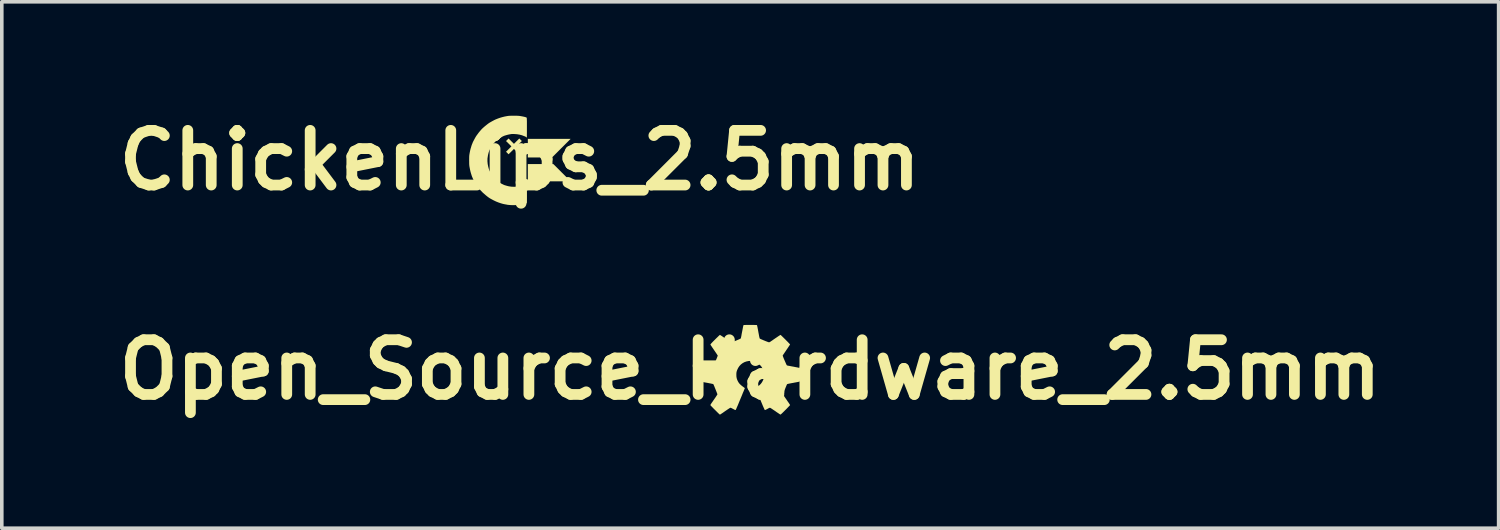
<source format=kicad_pcb>
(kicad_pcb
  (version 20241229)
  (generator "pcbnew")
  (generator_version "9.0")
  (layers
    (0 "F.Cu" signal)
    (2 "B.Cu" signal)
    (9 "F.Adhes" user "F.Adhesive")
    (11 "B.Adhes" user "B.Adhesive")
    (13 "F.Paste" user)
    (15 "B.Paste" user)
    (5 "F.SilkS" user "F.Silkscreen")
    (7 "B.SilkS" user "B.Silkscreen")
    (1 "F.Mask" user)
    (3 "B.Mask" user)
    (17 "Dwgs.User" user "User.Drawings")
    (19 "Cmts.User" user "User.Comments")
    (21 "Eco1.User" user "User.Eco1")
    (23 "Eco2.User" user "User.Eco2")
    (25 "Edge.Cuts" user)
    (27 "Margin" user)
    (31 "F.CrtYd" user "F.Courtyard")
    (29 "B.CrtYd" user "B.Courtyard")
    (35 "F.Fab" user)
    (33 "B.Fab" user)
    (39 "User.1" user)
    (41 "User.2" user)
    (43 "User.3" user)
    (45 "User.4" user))
  (footprint "Open_Source_Hardware_2.5mm"
    (layer "F.Cu")
    (at 17.86 7.254)
    (property "Reference" "Open_Source_Hardware_2.5mm" (at 0 0 0) (layer "F.SilkS") (effects (font (size 1.524 1.524) (thickness 0.3))))
    (attr board_only exclude_from_pos_files exclude_from_bom)
    (fp_poly (pts (xy 0.031 -1.247) (xy 0.067 -1.247) (xy 0.101 -1.247) (xy 0.131 -1.246) (xy 0.156 -1.246) (xy 0.174 -1.245) (xy 0.184 -1.244) (xy 0.185 -1.244) (xy 0.187 -1.242) (xy 0.189 -1.237) (xy 0.192 -1.23) (xy 0.195 -1.219) (xy 0.198 -1.203) (xy 0.203 -1.182) (xy 0.208 -1.154) (xy 0.215 -1.119) (xy 0.223 -1.075) (xy 0.232 -1.023) (xy 0.233 -1.02) (xy 0.242 -0.972) (xy 0.249 -0.932) (xy 0.256 -0.903) (xy 0.261 -0.882) (xy 0.265 -0.871) (xy 0.267 -0.868) (xy 0.274 -0.863) (xy 0.29 -0.856) (xy 0.311 -0.846) (xy 0.337 -0.835) (xy 0.367 -0.822) (xy 0.397 -0.81) (xy 0.428 -0.797) (xy 0.457 -0.786) (xy 0.483 -0.776) (xy 0.504 -0.769) (xy 0.519 -0.764) (xy 0.525 -0.763) (xy 0.535 -0.766) (xy 0.551 -0.773) (xy 0.568 -0.784) (xy 0.571 -0.786) (xy 0.588 -0.798) (xy 0.611 -0.813) (xy 0.636 -0.831) (xy 0.659 -0.847) (xy 0.685 -0.865) (xy 0.716 -0.886) (xy 0.748 -0.907) (xy 0.776 -0.927) (xy 0.777 -0.927) (xy 0.799 -0.942) (xy 0.819 -0.955) (xy 0.834 -0.964) (xy 0.843 -0.969) (xy 0.845 -0.97) (xy 0.85 -0.966) (xy 0.861 -0.957) (xy 0.877 -0.942) (xy 0.897 -0.922) (xy 0.92 -0.9) (xy 0.946 -0.874) (xy 0.973 -0.848) (xy 0.999 -0.821) (xy 1.025 -0.795) (xy 1.05 -0.77) (xy 1.071 -0.748) (xy 1.089 -0.729) (xy 1.102 -0.715) (xy 1.11 -0.706) (xy 1.111 -0.704) (xy 1.108 -0.699) (xy 1.101 -0.686) (xy 1.088 -0.667) (xy 1.072 -0.643) (xy 1.053 -0.614) (xy 1.031 -0.582) (xy 1.009 -0.55) (xy 0.986 -0.515) (xy 0.964 -0.483) (xy 0.945 -0.454) (xy 0.928 -0.43) (xy 0.916 -0.411) (xy 0.908 -0.398) (xy 0.905 -0.393) (xy 0.907 -0.387) (xy 0.912 -0.372) (xy 0.92 -0.351) (xy 0.93 -0.324) (xy 0.943 -0.293) (xy 0.958 -0.259) (xy 0.96 -0.253) (xy 0.977 -0.215) (xy 0.99 -0.185) (xy 1 -0.162) (xy 1.008 -0.145) (xy 1.014 -0.133) (xy 1.019 -0.126) (xy 1.024 -0.121) (xy 1.029 -0.118) (xy 1.034 -0.117) (xy 1.035 -0.116) (xy 1.044 -0.114) (xy 1.062 -0.11) (xy 1.087 -0.106) (xy 1.118 -0.1) (xy 1.154 -0.093) (xy 1.192 -0.086) (xy 1.21 -0.083) (xy 1.249 -0.075) (xy 1.285 -0.068) (xy 1.317 -0.062) (xy 1.343 -0.056) (xy 1.363 -0.052) (xy 1.375 -0.048) (xy 1.378 -0.047) (xy 1.389 -0.04) (xy 1.389 0.14) (xy 1.389 0.182) (xy 1.388 0.221) (xy 1.388 0.255) (xy 1.387 0.284) (xy 1.387 0.307) (xy 1.386 0.321) (xy 1.385 0.326) (xy 1.379 0.329) (xy 1.365 0.334) (xy 1.345 0.339) (xy 1.32 0.344) (xy 1.311 0.346) (xy 1.283 0.351) (xy 1.257 0.356) (xy 1.235 0.36) (xy 1.219 0.363) (xy 1.217 0.364) (xy 1.199 0.367) (xy 1.177 0.371) (xy 1.164 0.373) (xy 1.119 0.382) (xy 1.083 0.389) (xy 1.056 0.395) (xy 1.038 0.4) (xy 1.028 0.404) (xy 1.027 0.405) (xy 1.024 0.411) (xy 1.017 0.426) (xy 1.008 0.446) (xy 0.998 0.472) (xy 0.985 0.502) (xy 0.973 0.533) (xy 0.96 0.565) (xy 0.948 0.596) (xy 0.936 0.625) (xy 0.927 0.65) (xy 0.92 0.67) (xy 0.915 0.682) (xy 0.914 0.687) (xy 0.917 0.693) (xy 0.925 0.706) (xy 0.937 0.725) (xy 0.952 0.749) (xy 0.97 0.775) (xy 0.982 0.793) (xy 1.004 0.824) (xy 1.025 0.855) (xy 1.045 0.885) (xy 1.063 0.91) (xy 1.077 0.93) (xy 1.081 0.936) (xy 1.093 0.955) (xy 1.103 0.971) (xy 1.11 0.982) (xy 1.111 0.987) (xy 1.108 0.991) (xy 1.098 1.002) (xy 1.082 1.019) (xy 1.062 1.04) (xy 1.038 1.065) (xy 1.011 1.093) (xy 0.981 1.123) (xy 0.98 1.123) (xy 0.946 1.158) (xy 0.918 1.185) (xy 0.896 1.207) (xy 0.879 1.223) (xy 0.865 1.235) (xy 0.856 1.243) (xy 0.849 1.248) (xy 0.844 1.25) (xy 0.84 1.25) (xy 0.837 1.249) (xy 0.83 1.245) (xy 0.816 1.236) (xy 0.796 1.222) (xy 0.771 1.205) (xy 0.742 1.186) (xy 0.711 1.164) (xy 0.7 1.156) (xy 0.667 1.134) (xy 0.637 1.114) (xy 0.61 1.096) (xy 0.588 1.081) (xy 0.571 1.071) (xy 0.561 1.065) (xy 0.559 1.064) (xy 0.554 1.062) (xy 0.549 1.061) (xy 0.543 1.062) (xy 0.534 1.065) (xy 0.522 1.07) (xy 0.505 1.079) (xy 0.481 1.092) (xy 0.451 1.108) (xy 0.434 1.117) (xy 0.419 1.123) (xy 0.409 1.125) (xy 0.408 1.125) (xy 0.404 1.12) (xy 0.397 1.106) (xy 0.388 1.086) (xy 0.376 1.06) (xy 0.362 1.029) (xy 0.347 0.994) (xy 0.341 0.979) (xy 0.308 0.9) (xy 0.278 0.827) (xy 0.251 0.761) (xy 0.227 0.702) (xy 0.206 0.651) (xy 0.188 0.607) (xy 0.173 0.572) (xy 0.163 0.545) (xy 0.155 0.526) (xy 0.152 0.517) (xy 0.152 0.515) (xy 0.155 0.511) (xy 0.166 0.502) (xy 0.181 0.49) (xy 0.191 0.483) (xy 0.235 0.451) (xy 0.271 0.42) (xy 0.3 0.389) (xy 0.324 0.356) (xy 0.345 0.32) (xy 0.346 0.318) (xy 0.364 0.279) (xy 0.376 0.242) (xy 0.383 0.203) (xy 0.386 0.159) (xy 0.386 0.139) (xy 0.385 0.111) (xy 0.384 0.089) (xy 0.382 0.072) (xy 0.379 0.055) (xy 0.373 0.036) (xy 0.369 0.024) (xy 0.344 -0.034) (xy 0.312 -0.086) (xy 0.273 -0.131) (xy 0.228 -0.17) (xy 0.178 -0.201) (xy 0.124 -0.224) (xy 0.067 -0.239) (xy 0.006 -0.244) (xy -0.042 -0.242) (xy -0.103 -0.23) (xy -0.161 -0.21) (xy -0.213 -0.181) (xy -0.261 -0.144) (xy -0.302 -0.1) (xy -0.336 -0.049) (xy -0.363 0.008) (xy -0.369 0.024) (xy -0.376 0.045) (xy -0.38 0.062) (xy -0.383 0.078) (xy -0.385 0.096) (xy -0.386 0.119) (xy -0.386 0.141) (xy -0.385 0.185) (xy -0.38 0.221) (xy -0.372 0.255) (xy -0.36 0.288) (xy -0.346 0.318) (xy -0.331 0.345) (xy -0.315 0.37) (xy -0.296 0.393) (xy -0.273 0.416) (xy -0.245 0.441) (xy -0.211 0.468) (xy -0.169 0.499) (xy -0.164 0.503) (xy -0.149 0.513) (xy -0.165 0.553) (xy -0.169 0.562) (xy -0.173 0.573) (xy -0.178 0.585) (xy -0.184 0.601) (xy -0.192 0.619) (xy -0.202 0.642) (xy -0.213 0.669) (xy -0.226 0.702) (xy -0.242 0.741) (xy -0.261 0.786) (xy -0.283 0.839) (xy -0.308 0.899) (xy -0.336 0.968) (xy -0.348 0.997) (xy -0.363 1.03) (xy -0.376 1.06) (xy -0.387 1.086) (xy -0.397 1.106) (xy -0.404 1.12) (xy -0.408 1.125) (xy -0.416 1.124) (xy -0.429 1.119) (xy -0.447 1.111) (xy -0.451 1.108) (xy -0.482 1.091) (xy -0.506 1.079) (xy -0.523 1.07) (xy -0.535 1.065) (xy -0.543 1.062) (xy -0.549 1.061) (xy -0.554 1.062) (xy -0.559 1.064) (xy -0.567 1.068) (xy -0.582 1.077) (xy -0.603 1.091) (xy -0.628 1.107) (xy -0.655 1.126) (xy -0.672 1.137) (xy -0.714 1.166) (xy -0.748 1.19) (xy -0.775 1.209) (xy -0.797 1.223) (xy -0.813 1.234) (xy -0.825 1.242) (xy -0.834 1.247) (xy -0.839 1.251) (xy -0.843 1.252) (xy -0.845 1.253) (xy -0.845 1.253) (xy -0.85 1.249) (xy -0.861 1.239) (xy -0.878 1.224) (xy -0.899 1.204) (xy -0.924 1.179) (xy -0.951 1.152) (xy -0.981 1.122) (xy -1.011 1.093) (xy -1.038 1.065) (xy -1.062 1.04) (xy -1.083 1.019) (xy -1.098 1.002) (xy -1.108 0.991) (xy -1.111 0.986) (xy -1.108 0.98) (xy -1.101 0.967) (xy -1.09 0.95) (xy -1.081 0.936) (xy -1.069 0.918) (xy -1.052 0.895) (xy -1.033 0.866) (xy -1.011 0.835) (xy -0.99 0.804) (xy -0.982 0.793) (xy -0.963 0.765) (xy -0.946 0.739) (xy -0.932 0.717) (xy -0.921 0.7) (xy -0.915 0.69) (xy -0.914 0.687) (xy -0.916 0.68) (xy -0.921 0.665) (xy -0.929 0.644) (xy -0.939 0.618) (xy -0.951 0.588) (xy -0.963 0.557) (xy -0.976 0.525) (xy -0.989 0.494) (xy -1 0.465) (xy -1.011 0.441) (xy -1.019 0.421) (xy -1.025 0.409) (xy -1.027 0.405) (xy -1.03 0.403) (xy -1.033 0.401) (xy -1.039 0.399) (xy -1.047 0.397) (xy -1.059 0.394) (xy -1.075 0.391) (xy -1.097 0.386) (xy -1.125 0.381) (xy -1.159 0.374) (xy -1.201 0.366) (xy -1.252 0.357) (xy -1.311 0.346) (xy -1.312 0.345) (xy -1.34 0.34) (xy -1.361 0.336) (xy -1.374 0.332) (xy -1.381 0.329) (xy -1.385 0.325) (xy -1.387 0.321) (xy -1.387 0.314) (xy -1.388 0.298) (xy -1.388 0.274) (xy -1.388 0.243) (xy -1.388 0.208) (xy -1.388 0.169) (xy -1.388 0.134) (xy -1.386 -0.043) (xy -1.374 -0.049) (xy -1.366 -0.051) (xy -1.349 -0.055) (xy -1.325 -0.06) (xy -1.295 -0.066) (xy -1.261 -0.073) (xy -1.223 -0.08) (xy -1.205 -0.083) (xy -1.165 -0.09) (xy -1.129 -0.097) (xy -1.096 -0.103) (xy -1.069 -0.109) (xy -1.048 -0.113) (xy -1.035 -0.116) (xy -1.032 -0.117) (xy -1.028 -0.119) (xy -1.023 -0.122) (xy -1.018 -0.127) (xy -1.013 -0.136) (xy -1.006 -0.15) (xy -0.997 -0.169) (xy -0.985 -0.195) (xy -0.971 -0.228) (xy -0.96 -0.253) (xy -0.945 -0.288) (xy -0.932 -0.319) (xy -0.921 -0.347) (xy -0.913 -0.369) (xy -0.907 -0.385) (xy -0.905 -0.393) (xy -0.905 -0.394) (xy -0.909 -0.4) (xy -0.917 -0.413) (xy -0.93 -0.432) (xy -0.946 -0.457) (xy -0.966 -0.486) (xy -0.988 -0.519) (xy -1.007 -0.546) (xy -1.03 -0.581) (xy -1.052 -0.612) (xy -1.071 -0.641) (xy -1.087 -0.665) (xy -1.099 -0.683) (xy -1.107 -0.695) (xy -1.109 -0.699) (xy -1.108 -0.704) (xy -1.103 -0.711) (xy -1.094 -0.723) (xy -1.079 -0.739) (xy -1.059 -0.761) (xy -1.033 -0.788) (xy -1 -0.821) (xy -0.982 -0.839) (xy -0.952 -0.869) (xy -0.924 -0.896) (xy -0.899 -0.92) (xy -0.878 -0.941) (xy -0.861 -0.956) (xy -0.85 -0.966) (xy -0.845 -0.97) (xy -0.845 -0.97) (xy -0.839 -0.967) (xy -0.826 -0.959) (xy -0.808 -0.948) (xy -0.787 -0.934) (xy -0.777 -0.927) (xy -0.748 -0.908) (xy -0.717 -0.886) (xy -0.686 -0.865) (xy -0.66 -0.847) (xy -0.659 -0.847) (xy -0.635 -0.83) (xy -0.61 -0.813) (xy -0.587 -0.797) (xy -0.571 -0.786) (xy -0.553 -0.775) (xy -0.537 -0.767) (xy -0.526 -0.763) (xy -0.525 -0.763) (xy -0.516 -0.765) (xy -0.5 -0.77) (xy -0.478 -0.778) (xy -0.451 -0.788) (xy -0.421 -0.8) (xy -0.39 -0.812) (xy -0.36 -0.825) (xy -0.331 -0.837) (xy -0.306 -0.848) (xy -0.286 -0.858) (xy -0.272 -0.864) (xy -0.267 -0.868) (xy -0.262 -0.877) (xy -0.257 -0.895) (xy -0.251 -0.922) (xy -0.245 -0.952) (xy -0.24 -0.984) (xy -0.234 -1.016) (xy -0.228 -1.047) (xy -0.223 -1.072) (xy -0.222 -1.076) (xy -0.217 -1.102) (xy -0.211 -1.133) (xy -0.205 -1.165) (xy -0.202 -1.182) (xy -0.197 -1.205) (xy -0.192 -1.224) (xy -0.188 -1.238) (xy -0.185 -1.244) (xy -0.179 -1.245) (xy -0.164 -1.245) (xy -0.141 -1.246) (xy -0.113 -1.247) (xy -0.08 -1.247) (xy -0.044 -1.247) (xy -0.007 -1.247)) (stroke (width 0) (type solid)) (fill yes) (layer "F.SilkS")))
  (footprint "ChickenLips_2.5mm"
    (layer "F.Cu")
    (at 11.437 1.418)
    (property "Reference" "ChickenLips_2.5mm" (at 0 0 0) (layer "F.SilkS") (effects (font (size 1.524 1.524) (thickness 0.3))))
    (attr board_only exclude_from_pos_files exclude_from_bom)
    (fp_poly (pts (xy 1.158 -0.338) (xy 0.899 -0.079) (xy 0.225 -0.079) (xy 0.225 -0.598) (xy 1.418 -0.598)) (stroke (width 0) (type solid)) (fill yes) (layer "F.SilkS"))
    (fp_poly (pts (xy 1.177 0.346) (xy 1.418 0.587) (xy 0.225 0.587) (xy 0.225 0.105) (xy 0.936 0.105)) (stroke (width 0) (type solid)) (fill yes) (layer "F.SilkS"))
    (fp_poly (pts (xy 0.058 -0.537) (xy -0.017 -0.463) (xy -0.092 -0.388) (xy -0.017 -0.313) (xy 0.058 -0.238) (xy -0.013 -0.168) (xy -0.088 -0.242) (xy -0.162 -0.317) (xy -0.237 -0.242) (xy -0.312 -0.168) (xy -0.347 -0.203) (xy -0.383 -0.238) (xy -0.308 -0.313) (xy -0.233 -0.388) (xy -0.308 -0.463) (xy -0.383 -0.537) (xy -0.347 -0.573) (xy -0.312 -0.608) (xy -0.237 -0.533) (xy -0.162 -0.459) (xy -0.088 -0.533) (xy -0.013 -0.608)) (stroke (width 0) (type solid)) (fill yes) (layer "F.SilkS"))
    (fp_poly (pts (xy -0.117 -1.243) (xy -0.081 -1.242) (xy -0.049 -1.24) (xy -0.024 -1.239) (xy -0.016 -1.238) (xy 0.031 -1.231) (xy 0.074 -1.223) (xy 0.113 -1.215) (xy 0.146 -1.207) (xy 0.171 -1.199) (xy 0.189 -1.191) (xy 0.193 -1.188) (xy 0.194 -1.185) (xy 0.195 -1.177) (xy 0.196 -1.163) (xy 0.197 -1.144) (xy 0.198 -1.117) (xy 0.199 -1.083) (xy 0.199 -1.041) (xy 0.199 -0.99) (xy 0.199 -0.929) (xy 0.199 -0.909) (xy 0.199 -0.856) (xy 0.199 -0.807) (xy 0.199 -0.762) (xy 0.198 -0.722) (xy 0.198 -0.689) (xy 0.198 -0.662) (xy 0.197 -0.644) (xy 0.197 -0.635) (xy 0.197 -0.634) (xy 0.191 -0.637) (xy 0.18 -0.644) (xy 0.172 -0.65) (xy 0.159 -0.659) (xy 0.149 -0.665) (xy 0.145 -0.666) (xy 0.138 -0.668) (xy 0.125 -0.673) (xy 0.124 -0.673) (xy 0.063 -0.697) (xy -0.005 -0.715) (xy -0.078 -0.727) (xy -0.146 -0.732) (xy -0.18 -0.733) (xy -0.207 -0.733) (xy -0.231 -0.732) (xy -0.255 -0.728) (xy -0.284 -0.723) (xy -0.285 -0.723) (xy -0.315 -0.717) (xy -0.348 -0.709) (xy -0.38 -0.7) (xy -0.41 -0.691) (xy -0.435 -0.683) (xy -0.45 -0.676) (xy -0.459 -0.672) (xy -0.474 -0.665) (xy -0.492 -0.655) (xy -0.498 -0.652) (xy -0.569 -0.611) (xy -0.636 -0.562) (xy -0.697 -0.504) (xy -0.751 -0.441) (xy -0.797 -0.372) (xy -0.82 -0.33) (xy -0.83 -0.311) (xy -0.838 -0.294) (xy -0.844 -0.283) (xy -0.845 -0.281) (xy -0.852 -0.264) (xy -0.861 -0.238) (xy -0.87 -0.207) (xy -0.879 -0.172) (xy -0.887 -0.137) (xy -0.888 -0.128) (xy -0.9 -0.05) (xy -0.901 0.026) (xy -0.894 0.103) (xy -0.888 0.133) (xy -0.881 0.169) (xy -0.872 0.204) (xy -0.863 0.236) (xy -0.854 0.263) (xy -0.847 0.283) (xy -0.845 0.286) (xy -0.84 0.296) (xy -0.832 0.311) (xy -0.823 0.33) (xy -0.82 0.335) (xy -0.779 0.406) (xy -0.729 0.473) (xy -0.672 0.534) (xy -0.609 0.588) (xy -0.54 0.635) (xy -0.498 0.658) (xy -0.479 0.667) (xy -0.462 0.675) (xy -0.452 0.681) (xy -0.45 0.681) (xy -0.433 0.689) (xy -0.408 0.697) (xy -0.378 0.706) (xy -0.345 0.715) (xy -0.313 0.723) (xy -0.285 0.728) (xy -0.218 0.737) (xy -0.146 0.738) (xy -0.074 0.732) (xy -0.002 0.72) (xy 0.066 0.701) (xy 0.124 0.679) (xy 0.137 0.673) (xy 0.145 0.671) (xy 0.146 0.671) (xy 0.153 0.668) (xy 0.165 0.66) (xy 0.175 0.653) (xy 0.199 0.634) (xy 0.199 0.911) (xy 0.199 0.975) (xy 0.199 1.03) (xy 0.199 1.075) (xy 0.198 1.112) (xy 0.198 1.141) (xy 0.197 1.162) (xy 0.196 1.178) (xy 0.195 1.188) (xy 0.193 1.193) (xy 0.193 1.194) (xy 0.18 1.201) (xy 0.158 1.208) (xy 0.129 1.216) (xy 0.095 1.224) (xy 0.057 1.231) (xy 0.017 1.238) (xy -0.013 1.242) (xy -0.048 1.245) (xy -0.09 1.248) (xy -0.137 1.249) (xy -0.183 1.25) (xy -0.228 1.249) (xy -0.266 1.247) (xy -0.267 1.247) (xy -0.294 1.245) (xy -0.321 1.242) (xy -0.342 1.24) (xy -0.356 1.237) (xy -0.375 1.233) (xy -0.398 1.229) (xy -0.411 1.227) (xy -0.468 1.215) (xy -0.53 1.197) (xy -0.595 1.175) (xy -0.662 1.148) (xy -0.727 1.117) (xy -0.774 1.092) (xy -0.804 1.076) (xy -0.828 1.062) (xy -0.849 1.049) (xy -0.868 1.036) (xy -0.888 1.021) (xy -0.912 1.003) (xy -0.941 0.979) (xy -0.943 0.978) (xy -1.025 0.907) (xy -1.098 0.832) (xy -1.164 0.751) (xy -1.224 0.664) (xy -1.278 0.568) (xy -1.287 0.551) (xy -1.298 0.528) (xy -1.307 0.509) (xy -1.313 0.496) (xy -1.316 0.489) (xy -1.316 0.489) (xy -1.318 0.482) (xy -1.323 0.47) (xy -1.324 0.469) (xy -1.33 0.455) (xy -1.337 0.436) (xy -1.342 0.422) (xy -1.348 0.401) (xy -1.356 0.376) (xy -1.364 0.35) (xy -1.365 0.346) (xy -1.375 0.31) (xy -1.385 0.265) (xy -1.395 0.215) (xy -1.405 0.16) (xy -1.405 0.157) (xy -1.407 0.139) (xy -1.409 0.113) (xy -1.41 0.08) (xy -1.41 0.043) (xy -1.411 0.004) (xy -1.41 -0.035) (xy -1.41 -0.072) (xy -1.409 -0.106) (xy -1.407 -0.132) (xy -1.406 -0.151) (xy -1.405 -0.152) (xy -1.396 -0.207) (xy -1.386 -0.258) (xy -1.376 -0.302) (xy -1.366 -0.339) (xy -1.365 -0.341) (xy -1.357 -0.366) (xy -1.35 -0.392) (xy -1.343 -0.414) (xy -1.342 -0.417) (xy -1.335 -0.436) (xy -1.328 -0.455) (xy -1.324 -0.464) (xy -1.318 -0.476) (xy -1.316 -0.483) (xy -1.316 -0.484) (xy -1.313 -0.491) (xy -1.307 -0.506) (xy -1.297 -0.526) (xy -1.284 -0.551) (xy -1.27 -0.577) (xy -1.256 -0.604) (xy -1.242 -0.629) (xy -1.229 -0.652) (xy -1.226 -0.657) (xy -1.203 -0.692) (xy -1.174 -0.731) (xy -1.143 -0.773) (xy -1.109 -0.814) (xy -1.077 -0.851) (xy -1.049 -0.881) (xy -1.029 -0.899) (xy -1.004 -0.922) (xy -0.975 -0.947) (xy -0.944 -0.972) (xy -0.914 -0.996) (xy -0.886 -1.018) (xy -0.863 -1.034) (xy -0.857 -1.039) (xy -0.837 -1.051) (xy -0.811 -1.066) (xy -0.781 -1.083) (xy -0.75 -1.1) (xy -0.72 -1.116) (xy -0.694 -1.129) (xy -0.677 -1.137) (xy -0.61 -1.164) (xy -0.547 -1.186) (xy -0.485 -1.204) (xy -0.42 -1.22) (xy -0.35 -1.233) (xy -0.317 -1.238) (xy -0.297 -1.24) (xy -0.269 -1.241) (xy -0.235 -1.242) (xy -0.197 -1.243) (xy -0.157 -1.243)) (stroke (width 0) (type solid)) (fill yes) (layer "F.SilkS")))
  (gr_rect
    (start -3 -3)
    (end 38.72 11.672)
    (stroke (width 0.1) (type default))
    (fill no)
    (layer "Edge.Cuts")))
</source>
